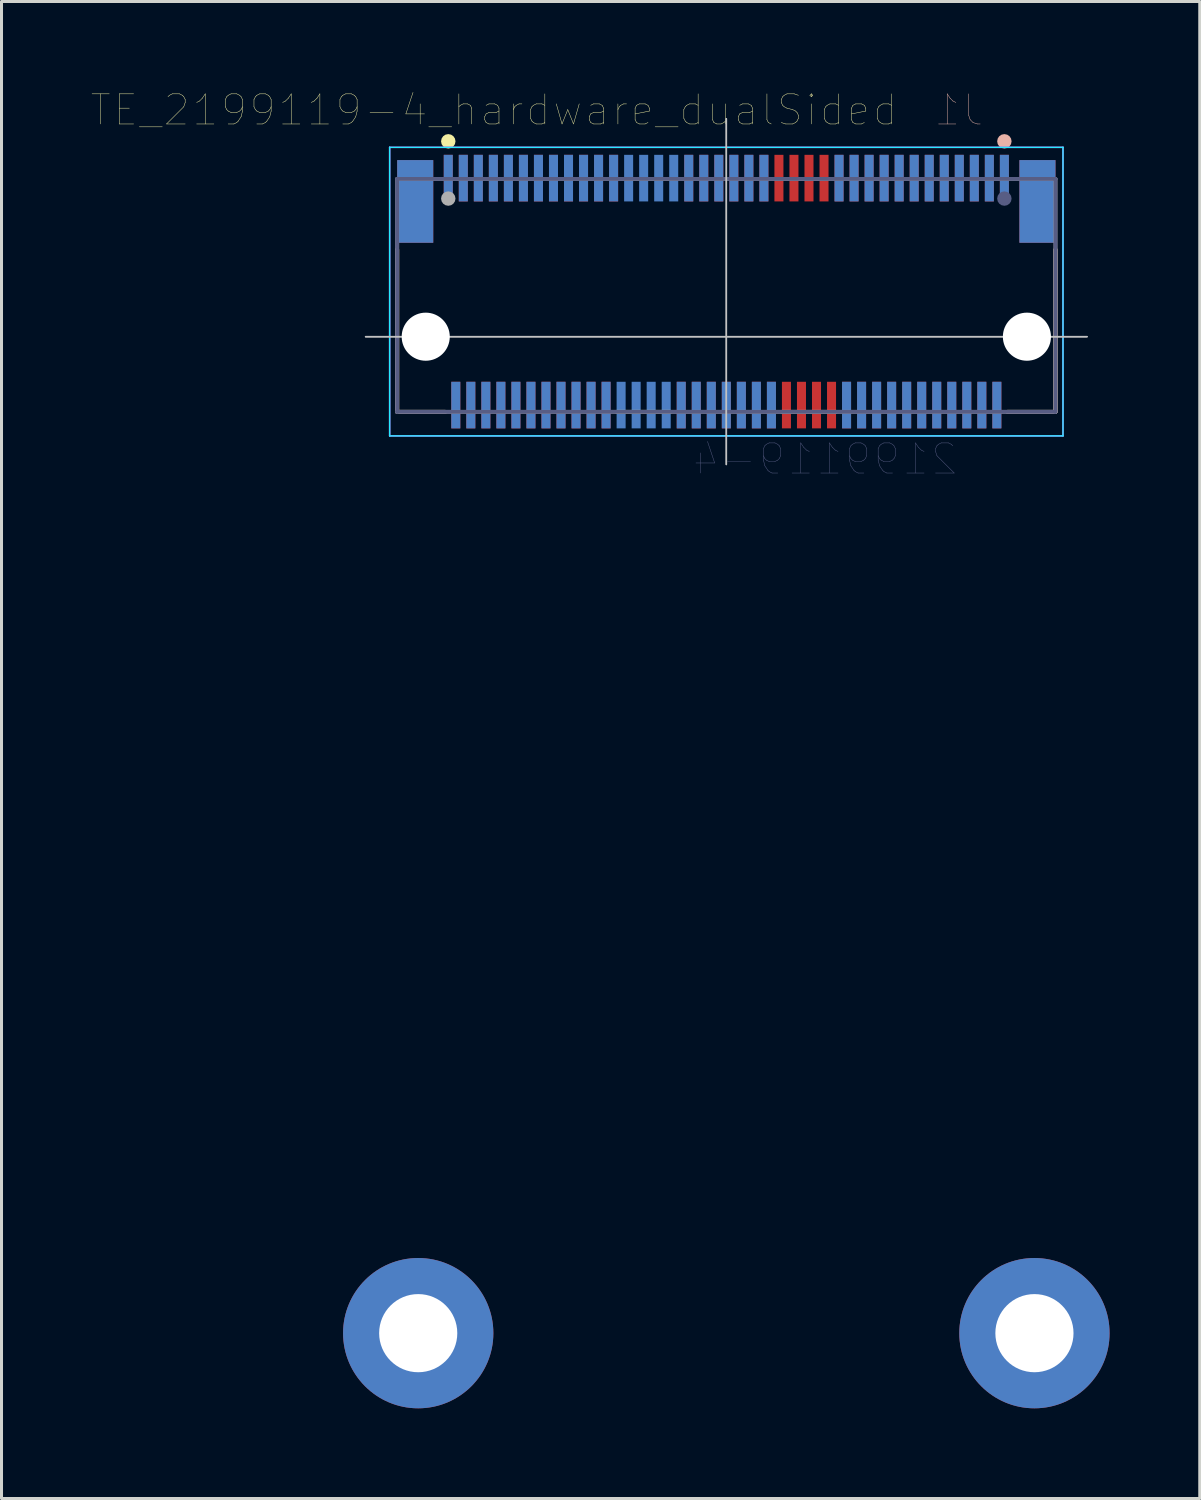
<source format=kicad_pcb>
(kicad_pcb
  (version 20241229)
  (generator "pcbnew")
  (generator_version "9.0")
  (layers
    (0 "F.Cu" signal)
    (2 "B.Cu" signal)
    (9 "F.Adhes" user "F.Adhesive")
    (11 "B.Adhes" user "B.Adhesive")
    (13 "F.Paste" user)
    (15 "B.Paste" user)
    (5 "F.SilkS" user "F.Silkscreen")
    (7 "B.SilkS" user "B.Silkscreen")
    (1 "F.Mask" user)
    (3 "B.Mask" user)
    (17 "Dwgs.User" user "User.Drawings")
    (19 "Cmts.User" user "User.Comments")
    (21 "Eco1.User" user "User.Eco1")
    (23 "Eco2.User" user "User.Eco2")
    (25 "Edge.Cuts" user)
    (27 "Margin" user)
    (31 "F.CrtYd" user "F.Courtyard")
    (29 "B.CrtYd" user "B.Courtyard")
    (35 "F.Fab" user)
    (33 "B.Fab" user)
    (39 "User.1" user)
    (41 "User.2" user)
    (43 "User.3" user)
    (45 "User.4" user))
  (footprint "TE_2199119-4_hardware_dualSided"
    (layer "F.Cu")
    (at 21.113 8.151)
    (property "Reference" "TE_2199119-4_hardware_dualSided" (at -7.73 -7.54 180) (layer "F.SilkS") (effects (font (size 1.001 1.001) (thickness 0.015))))
    (attr through_hole)
    (fp_line (start -10.95 -2.9) (end -10.95 2.5) (stroke (width 0.127) (type solid)) (layer "F.SilkS"))
    (fp_line (start -10.95 2.5) (end -9.35 2.5) (stroke (width 0.127) (type solid)) (layer "F.SilkS"))
    (fp_line (start -3.65 2.5) (end -1.85 2.5) (stroke (width 0.127) (type solid)) (layer "F.SilkS"))
    (fp_line (start -3.35 -5.25) (end -1.65 -5.25) (stroke (width 0.127) (type solid)) (layer "F.SilkS"))
    (fp_line (start 9.35 2.5) (end 10.95 2.5) (stroke (width 0.127) (type solid)) (layer "F.SilkS"))
    (fp_line (start 10.95 2.5) (end 10.95 -2.9) (stroke (width 0.127) (type solid)) (layer "F.SilkS"))
    (fp_circle (center -9.25 -6.5) (end -9.13 -6.5) (stroke (width 0.24) (type solid)) (fill no) (layer "F.SilkS"))
    (fp_line (start -10.95 2.5) (end -10.95 -2.9) (stroke (width 0.127) (type solid)) (layer "B.SilkS"))
    (fp_line (start -9.35 2.5) (end -10.95 2.5) (stroke (width 0.127) (type solid)) (layer "B.SilkS"))
    (fp_line (start 3.35 -5.25) (end 1.65 -5.25) (stroke (width 0.127) (type solid)) (layer "B.SilkS"))
    (fp_line (start 3.65 2.5) (end 1.85 2.5) (stroke (width 0.127) (type solid)) (layer "B.SilkS"))
    (fp_line (start 10.95 -2.9) (end 10.95 2.5) (stroke (width 0.127) (type solid)) (layer "B.SilkS"))
    (fp_line (start 10.95 2.5) (end 9.35 2.5) (stroke (width 0.127) (type solid)) (layer "B.SilkS"))
    (fp_circle (center 9.25 -6.5) (end 9.13 -6.5) (stroke (width 0.24) (type solid)) (fill no) (layer "B.SilkS"))
    (fp_line (start -12 0) (end 12 0) (stroke (width 0.05) (type solid)) (layer "Dwgs.User"))
    (fp_line (start 0 -7.25) (end 0 4.25) (stroke (width 0.05) (type solid)) (layer "Dwgs.User"))
    (fp_line (start 0 -7.25) (end 0 4.25) (stroke (width 0.05) (type solid)) (layer "Dwgs.User"))
    (fp_line (start 12 0) (end -12 0) (stroke (width 0.05) (type solid)) (layer "Dwgs.User"))
    (fp_line (start -11.2 -6.3) (end -11.2 3.3) (stroke (width 0.05) (type solid)) (layer "B.CrtYd"))
    (fp_line (start -11.2 3.3) (end 11.2 3.3) (stroke (width 0.05) (type solid)) (layer "B.CrtYd"))
    (fp_line (start 11.2 -6.3) (end -11.2 -6.3) (stroke (width 0.05) (type solid)) (layer "B.CrtYd"))
    (fp_line (start 11.2 3.3) (end 11.2 -6.3) (stroke (width 0.05) (type solid)) (layer "B.CrtYd"))
    (fp_line (start -11.2 -6.3) (end 11.2 -6.3) (stroke (width 0.05) (type solid)) (layer "F.CrtYd"))
    (fp_line (start -11.2 3.3) (end -11.2 -6.3) (stroke (width 0.05) (type solid)) (layer "F.CrtYd"))
    (fp_line (start 11.2 -6.3) (end 11.2 3.3) (stroke (width 0.05) (type solid)) (layer "F.CrtYd"))
    (fp_line (start 11.2 3.3) (end -11.2 3.3) (stroke (width 0.05) (type solid)) (layer "F.CrtYd"))
    (fp_line (start -10.95 -5.25) (end -10.95 2.5) (stroke (width 0.127) (type solid)) (layer "B.Fab"))
    (fp_line (start -10.95 2.5) (end 10.95 2.5) (stroke (width 0.127) (type solid)) (layer "B.Fab"))
    (fp_line (start 10.95 -5.25) (end -10.95 -5.25) (stroke (width 0.127) (type solid)) (layer "B.Fab"))
    (fp_line (start 10.95 2.5) (end 10.95 -5.25) (stroke (width 0.127) (type solid)) (layer "B.Fab"))
    (fp_circle (center 9.25 -4.595) (end 9.13 -4.595) (stroke (width 0.24) (type solid)) (fill no) (layer "B.Fab"))
    (fp_line (start -10.95 -5.25) (end 10.95 -5.25) (stroke (width 0.127) (type solid)) (layer "F.Fab"))
    (fp_line (start -10.95 2.5) (end -10.95 -5.25) (stroke (width 0.127) (type solid)) (layer "F.Fab"))
    (fp_line (start 10.95 -5.25) (end 10.95 2.5) (stroke (width 0.127) (type solid)) (layer "F.Fab"))
    (fp_line (start 10.95 2.5) (end -10.95 2.5) (stroke (width 0.127) (type solid)) (layer "F.Fab"))
    (fp_circle (center -9.25 -4.595) (end -9.13 -4.595) (stroke (width 0.24) (type solid)) (fill no) (layer "F.Fab"))
    (fp_text user "J1" (at 7.73 -7.54 0) (layer "B.SilkS") (effects (font (size 1.001 1.001) (thickness 0.015)) (justify mirror)))
    (fp_text user "2199119-4" (at 3.286 4.072 0) (layer "B.Fab") (effects (font (size 1.002 1.002) (thickness 0.015)) (justify mirror)))
    (pad "" np_thru_hole circle (at -10.25 33.15) (size 5 5) (drill 2.6) (layers "*.Cu" "*.Mask"))
    (pad "" np_thru_hole circle (at -10 0) (size 1.1 1.1) (drill 1.1) (layers "*.Cu" "*.Mask"))
    (pad "" np_thru_hole circle (at -10 0 180) (size 1.6 1.6) (drill 1.6) (layers "*.Cu" "*.Mask"))
    (pad "" np_thru_hole circle (at 10 0 180) (size 1.1 1.1) (drill 1.1) (layers "*.Cu" "*.Mask"))
    (pad "" np_thru_hole circle (at 10 0) (size 1.6 1.6) (drill 1.6) (layers "*.Cu" "*.Mask"))
    (pad "" np_thru_hole circle (at 10.25 33.15) (size 5 5) (drill 2.6) (layers "*.Cu" "*.Mask"))
    (pad "1" smd rect (at -9.25 -5.275) (size 0.3 1.55) (layers "F.Cu" "F.Mask" "F.Paste"))
    (pad "1" smd rect (at 9.25 -5.275 180) (size 0.3 1.55) (layers "B.Cu" "B.Mask" "B.Paste"))
    (pad "2" smd rect (at -9 2.275) (size 0.3 1.55) (layers "F.Cu" "F.Mask" "F.Paste"))
    (pad "2" smd rect (at 9 2.275 180) (size 0.3 1.55) (layers "B.Cu" "B.Mask" "B.Paste"))
    (pad "3" smd rect (at -8.75 -5.275) (size 0.3 1.55) (layers "F.Cu" "F.Mask" "F.Paste"))
    (pad "3" smd rect (at 8.75 -5.275 180) (size 0.3 1.55) (layers "B.Cu" "B.Mask" "B.Paste"))
    (pad "4" smd rect (at -8.5 2.275) (size 0.3 1.55) (layers "F.Cu" "F.Mask" "F.Paste"))
    (pad "4" smd rect (at 8.5 2.275 180) (size 0.3 1.55) (layers "B.Cu" "B.Mask" "B.Paste"))
    (pad "5" smd rect (at -8.25 -5.275) (size 0.3 1.55) (layers "F.Cu" "F.Mask" "F.Paste"))
    (pad "5" smd rect (at 8.25 -5.275 180) (size 0.3 1.55) (layers "B.Cu" "B.Mask" "B.Paste"))
    (pad "6" smd rect (at -8 2.275) (size 0.3 1.55) (layers "F.Cu" "F.Mask" "F.Paste"))
    (pad "6" smd rect (at 8 2.275 180) (size 0.3 1.55) (layers "B.Cu" "B.Mask" "B.Paste"))
    (pad "7" smd rect (at -7.75 -5.275) (size 0.3 1.55) (layers "F.Cu" "F.Mask" "F.Paste"))
    (pad "7" smd rect (at 7.75 -5.275 180) (size 0.3 1.55) (layers "B.Cu" "B.Mask" "B.Paste"))
    (pad "8" smd rect (at -7.5 2.275) (size 0.3 1.55) (layers "F.Cu" "F.Mask" "F.Paste"))
    (pad "8" smd rect (at 7.5 2.275 180) (size 0.3 1.55) (layers "B.Cu" "B.Mask" "B.Paste"))
    (pad "9" smd rect (at -7.25 -5.275) (size 0.3 1.55) (layers "F.Cu" "F.Mask" "F.Paste"))
    (pad "9" smd rect (at 7.25 -5.275 180) (size 0.3 1.55) (layers "B.Cu" "B.Mask" "B.Paste"))
    (pad "10" smd rect (at -7 2.275) (size 0.3 1.55) (layers "F.Cu" "F.Mask" "F.Paste"))
    (pad "10" smd rect (at 7 2.275 180) (size 0.3 1.55) (layers "B.Cu" "B.Mask" "B.Paste"))
    (pad "11" smd rect (at -6.75 -5.275) (size 0.3 1.55) (layers "F.Cu" "F.Mask" "F.Paste"))
    (pad "11" smd rect (at 6.75 -5.275 180) (size 0.3 1.55) (layers "B.Cu" "B.Mask" "B.Paste"))
    (pad "12" smd rect (at -6.5 2.275) (size 0.3 1.55) (layers "F.Cu" "F.Mask" "F.Paste"))
    (pad "12" smd rect (at 6.5 2.275 180) (size 0.3 1.55) (layers "B.Cu" "B.Mask" "B.Paste"))
    (pad "13" smd rect (at -6.25 -5.275) (size 0.3 1.55) (layers "F.Cu" "F.Mask" "F.Paste"))
    (pad "13" smd rect (at 6.25 -5.275 180) (size 0.3 1.55) (layers "B.Cu" "B.Mask" "B.Paste"))
    (pad "14" smd rect (at -6 2.275) (size 0.3 1.55) (layers "F.Cu" "F.Mask" "F.Paste"))
    (pad "14" smd rect (at 6 2.275 180) (size 0.3 1.55) (layers "B.Cu" "B.Mask" "B.Paste"))
    (pad "15" smd rect (at -5.75 -5.275) (size 0.3 1.55) (layers "F.Cu" "F.Mask" "F.Paste"))
    (pad "15" smd rect (at 5.75 -5.275 180) (size 0.3 1.55) (layers "B.Cu" "B.Mask" "B.Paste"))
    (pad "16" smd rect (at -5.5 2.275) (size 0.3 1.55) (layers "F.Cu" "F.Mask" "F.Paste"))
    (pad "16" smd rect (at 5.5 2.275 180) (size 0.3 1.55) (layers "B.Cu" "B.Mask" "B.Paste"))
    (pad "17" smd rect (at -5.25 -5.275) (size 0.3 1.55) (layers "F.Cu" "F.Mask" "F.Paste"))
    (pad "17" smd rect (at 5.25 -5.275 180) (size 0.3 1.55) (layers "B.Cu" "B.Mask" "B.Paste"))
    (pad "18" smd rect (at -5 2.275) (size 0.3 1.55) (layers "F.Cu" "F.Mask" "F.Paste"))
    (pad "18" smd rect (at 5 2.275 180) (size 0.3 1.55) (layers "B.Cu" "B.Mask" "B.Paste"))
    (pad "19" smd rect (at -4.75 -5.275) (size 0.3 1.55) (layers "F.Cu" "F.Mask" "F.Paste"))
    (pad "19" smd rect (at 4.75 -5.275 180) (size 0.3 1.55) (layers "B.Cu" "B.Mask" "B.Paste"))
    (pad "20" smd rect (at -4.5 2.275) (size 0.3 1.55) (layers "F.Cu" "F.Mask" "F.Paste"))
    (pad "20" smd rect (at 4.5 2.275 180) (size 0.3 1.55) (layers "B.Cu" "B.Mask" "B.Paste"))
    (pad "21" smd rect (at -4.25 -5.275) (size 0.3 1.55) (layers "F.Cu" "F.Mask" "F.Paste"))
    (pad "21" smd rect (at 4.25 -5.275 180) (size 0.3 1.55) (layers "B.Cu" "B.Mask" "B.Paste"))
    (pad "22" smd rect (at -4 2.275) (size 0.3 1.55) (layers "F.Cu" "F.Mask" "F.Paste"))
    (pad "22" smd rect (at 4 2.275 180) (size 0.3 1.55) (layers "B.Cu" "B.Mask" "B.Paste"))
    (pad "23" smd rect (at -3.75 -5.275) (size 0.3 1.55) (layers "F.Cu" "F.Mask" "F.Paste"))
    (pad "23" smd rect (at 3.75 -5.275 180) (size 0.3 1.55) (layers "B.Cu" "B.Mask" "B.Paste"))
    (pad "32" smd rect (at -1.5 2.275) (size 0.3 1.55) (layers "F.Cu" "F.Mask" "F.Paste"))
    (pad "32" smd rect (at 1.5 2.275 180) (size 0.3 1.55) (layers "B.Cu" "B.Mask" "B.Paste"))
    (pad "33" smd rect (at -1.25 -5.275) (size 0.3 1.55) (layers "F.Cu" "F.Mask" "F.Paste"))
    (pad "33" smd rect (at 1.25 -5.275 180) (size 0.3 1.55) (layers "B.Cu" "B.Mask" "B.Paste"))
    (pad "34" smd rect (at -1 2.275) (size 0.3 1.55) (layers "F.Cu" "F.Mask" "F.Paste"))
    (pad "34" smd rect (at 1 2.275 180) (size 0.3 1.55) (layers "B.Cu" "B.Mask" "B.Paste"))
    (pad "35" smd rect (at -0.75 -5.275) (size 0.3 1.55) (layers "F.Cu" "F.Mask" "F.Paste"))
    (pad "35" smd rect (at 0.75 -5.275 180) (size 0.3 1.55) (layers "B.Cu" "B.Mask" "B.Paste"))
    (pad "36" smd rect (at -0.5 2.275) (size 0.3 1.55) (layers "F.Cu" "F.Mask" "F.Paste"))
    (pad "36" smd rect (at 0.5 2.275 180) (size 0.3 1.55) (layers "B.Cu" "B.Mask" "B.Paste"))
    (pad "37" smd rect (at -0.25 -5.275) (size 0.3 1.55) (layers "F.Cu" "F.Mask" "F.Paste"))
    (pad "37" smd rect (at 0.25 -5.275 180) (size 0.3 1.55) (layers "B.Cu" "B.Mask" "B.Paste"))
    (pad "38" smd rect (at 0 2.275) (size 0.3 1.55) (layers "F.Cu" "F.Mask" "F.Paste"))
    (pad "38" smd rect (at 0 2.275 180) (size 0.3 1.55) (layers "B.Cu" "B.Mask" "B.Paste"))
    (pad "39" smd rect (at -0.25 -5.275 180) (size 0.3 1.55) (layers "B.Cu" "B.Mask" "B.Paste"))
    (pad "39" smd rect (at 0.25 -5.275) (size 0.3 1.55) (layers "F.Cu" "F.Mask" "F.Paste"))
    (pad "40" smd rect (at -0.5 2.275 180) (size 0.3 1.55) (layers "B.Cu" "B.Mask" "B.Paste"))
    (pad "40" smd rect (at 0.5 2.275) (size 0.3 1.55) (layers "F.Cu" "F.Mask" "F.Paste"))
    (pad "41" smd rect (at -0.75 -5.275 180) (size 0.3 1.55) (layers "B.Cu" "B.Mask" "B.Paste"))
    (pad "41" smd rect (at 0.75 -5.275) (size 0.3 1.55) (layers "F.Cu" "F.Mask" "F.Paste"))
    (pad "42" smd rect (at -1 2.275 180) (size 0.3 1.55) (layers "B.Cu" "B.Mask" "B.Paste"))
    (pad "42" smd rect (at 1 2.275) (size 0.3 1.55) (layers "F.Cu" "F.Mask" "F.Paste"))
    (pad "43" smd rect (at -1.25 -5.275 180) (size 0.3 1.55) (layers "B.Cu" "B.Mask" "B.Paste"))
    (pad "43" smd rect (at 1.25 -5.275) (size 0.3 1.55) (layers "F.Cu" "F.Mask" "F.Paste"))
    (pad "44" smd rect (at -1.5 2.275 180) (size 0.3 1.55) (layers "B.Cu" "B.Mask" "B.Paste"))
    (pad "44" smd rect (at 1.5 2.275) (size 0.3 1.55) (layers "F.Cu" "F.Mask" "F.Paste"))
    (pad "45" smd rect (at -1.75 -5.275 180) (size 0.3 1.55) (layers "B.Cu" "B.Mask" "B.Paste"))
    (pad "45" smd rect (at 1.75 -5.275) (size 0.3 1.55) (layers "F.Cu" "F.Mask" "F.Paste"))
    (pad "46" smd rect (at -2 2.275 180) (size 0.3 1.55) (layers "B.Cu" "B.Mask" "B.Paste"))
    (pad "46" smd rect (at 2 2.275) (size 0.3 1.55) (layers "F.Cu" "F.Mask" "F.Paste"))
    (pad "47" smd rect (at -2.25 -5.275 180) (size 0.3 1.55) (layers "B.Cu" "B.Mask" "B.Paste"))
    (pad "47" smd rect (at 2.25 -5.275) (size 0.3 1.55) (layers "F.Cu" "F.Mask" "F.Paste"))
    (pad "48" smd rect (at -2.5 2.275 180) (size 0.3 1.55) (layers "B.Cu" "B.Mask" "B.Paste"))
    (pad "48" smd rect (at 2.5 2.275) (size 0.3 1.55) (layers "F.Cu" "F.Mask" "F.Paste"))
    (pad "49" smd rect (at -2.75 -5.275 180) (size 0.3 1.55) (layers "B.Cu" "B.Mask" "B.Paste"))
    (pad "49" smd rect (at 2.75 -5.275) (size 0.3 1.55) (layers "F.Cu" "F.Mask" "F.Paste"))
    (pad "50" smd rect (at -3 2.275 180) (size 0.3 1.55) (layers "B.Cu" "B.Mask" "B.Paste"))
    (pad "50" smd rect (at 3 2.275) (size 0.3 1.55) (layers "F.Cu" "F.Mask" "F.Paste"))
    (pad "51" smd rect (at -3.25 -5.275 180) (size 0.3 1.55) (layers "B.Cu" "B.Mask" "B.Paste"))
    (pad "51" smd rect (at 3.25 -5.275) (size 0.3 1.55) (layers "F.Cu" "F.Mask" "F.Paste"))
    (pad "52" smd rect (at -3.5 2.275 180) (size 0.3 1.55) (layers "B.Cu" "B.Mask" "B.Paste"))
    (pad "52" smd rect (at 3.5 2.275) (size 0.3 1.55) (layers "F.Cu" "F.Mask" "F.Paste"))
    (pad "53" smd rect (at -3.75 -5.275 180) (size 0.3 1.55) (layers "B.Cu" "B.Mask" "B.Paste"))
    (pad "53" smd rect (at 3.75 -5.275) (size 0.3 1.55) (layers "F.Cu" "F.Mask" "F.Paste"))
    (pad "54" smd rect (at -4 2.275 180) (size 0.3 1.55) (layers "B.Cu" "B.Mask" "B.Paste"))
    (pad "54" smd rect (at 4 2.275) (size 0.3 1.55) (layers "F.Cu" "F.Mask" "F.Paste"))
    (pad "55" smd rect (at -4.25 -5.275 180) (size 0.3 1.55) (layers "B.Cu" "B.Mask" "B.Paste"))
    (pad "55" smd rect (at 4.25 -5.275) (size 0.3 1.55) (layers "F.Cu" "F.Mask" "F.Paste"))
    (pad "56" smd rect (at -4.5 2.275 180) (size 0.3 1.55) (layers "B.Cu" "B.Mask" "B.Paste"))
    (pad "56" smd rect (at 4.5 2.275) (size 0.3 1.55) (layers "F.Cu" "F.Mask" "F.Paste"))
    (pad "57" smd rect (at -4.75 -5.275 180) (size 0.3 1.55) (layers "B.Cu" "B.Mask" "B.Paste"))
    (pad "57" smd rect (at 4.75 -5.275) (size 0.3 1.55) (layers "F.Cu" "F.Mask" "F.Paste"))
    (pad "58" smd rect (at -5 2.275 180) (size 0.3 1.55) (layers "B.Cu" "B.Mask" "B.Paste"))
    (pad "58" smd rect (at 5 2.275) (size 0.3 1.55) (layers "F.Cu" "F.Mask" "F.Paste"))
    (pad "59" smd rect (at -5.25 -5.275 180) (size 0.3 1.55) (layers "B.Cu" "B.Mask" "B.Paste"))
    (pad "59" smd rect (at 5.25 -5.275) (size 0.3 1.55) (layers "F.Cu" "F.Mask" "F.Paste"))
    (pad "60" smd rect (at -5.5 2.275 180) (size 0.3 1.55) (layers "B.Cu" "B.Mask" "B.Paste"))
    (pad "60" smd rect (at 5.5 2.275) (size 0.3 1.55) (layers "F.Cu" "F.Mask" "F.Paste"))
    (pad "61" smd rect (at -5.75 -5.275 180) (size 0.3 1.55) (layers "B.Cu" "B.Mask" "B.Paste"))
    (pad "61" smd rect (at 5.75 -5.275) (size 0.3 1.55) (layers "F.Cu" "F.Mask" "F.Paste"))
    (pad "62" smd rect (at -6 2.275 180) (size 0.3 1.55) (layers "B.Cu" "B.Mask" "B.Paste"))
    (pad "62" smd rect (at 6 2.275) (size 0.3 1.55) (layers "F.Cu" "F.Mask" "F.Paste"))
    (pad "63" smd rect (at -6.25 -5.275 180) (size 0.3 1.55) (layers "B.Cu" "B.Mask" "B.Paste"))
    (pad "63" smd rect (at 6.25 -5.275) (size 0.3 1.55) (layers "F.Cu" "F.Mask" "F.Paste"))
    (pad "64" smd rect (at -6.5 2.275 180) (size 0.3 1.55) (layers "B.Cu" "B.Mask" "B.Paste"))
    (pad "64" smd rect (at 6.5 2.275) (size 0.3 1.55) (layers "F.Cu" "F.Mask" "F.Paste"))
    (pad "65" smd rect (at -6.75 -5.275 180) (size 0.3 1.55) (layers "B.Cu" "B.Mask" "B.Paste"))
    (pad "65" smd rect (at 6.75 -5.275) (size 0.3 1.55) (layers "F.Cu" "F.Mask" "F.Paste"))
    (pad "66" smd rect (at -7 2.275 180) (size 0.3 1.55) (layers "B.Cu" "B.Mask" "B.Paste"))
    (pad "66" smd rect (at 7 2.275) (size 0.3 1.55) (layers "F.Cu" "F.Mask" "F.Paste"))
    (pad "67" smd rect (at -7.25 -5.275 180) (size 0.3 1.55) (layers "B.Cu" "B.Mask" "B.Paste"))
    (pad "67" smd rect (at 7.25 -5.275) (size 0.3 1.55) (layers "F.Cu" "F.Mask" "F.Paste"))
    (pad "68" smd rect (at -7.5 2.275 180) (size 0.3 1.55) (layers "B.Cu" "B.Mask" "B.Paste"))
    (pad "68" smd rect (at 7.5 2.275) (size 0.3 1.55) (layers "F.Cu" "F.Mask" "F.Paste"))
    (pad "69" smd rect (at -7.75 -5.275 180) (size 0.3 1.55) (layers "B.Cu" "B.Mask" "B.Paste"))
    (pad "69" smd rect (at 7.75 -5.275) (size 0.3 1.55) (layers "F.Cu" "F.Mask" "F.Paste"))
    (pad "70" smd rect (at -8 2.275 180) (size 0.3 1.55) (layers "B.Cu" "B.Mask" "B.Paste"))
    (pad "70" smd rect (at 8 2.275) (size 0.3 1.55) (layers "F.Cu" "F.Mask" "F.Paste"))
    (pad "71" smd rect (at -8.25 -5.275 180) (size 0.3 1.55) (layers "B.Cu" "B.Mask" "B.Paste"))
    (pad "71" smd rect (at 8.25 -5.275) (size 0.3 1.55) (layers "F.Cu" "F.Mask" "F.Paste"))
    (pad "72" smd rect (at -8.5 2.275 180) (size 0.3 1.55) (layers "B.Cu" "B.Mask" "B.Paste"))
    (pad "72" smd rect (at 8.5 2.275) (size 0.3 1.55) (layers "F.Cu" "F.Mask" "F.Paste"))
    (pad "73" smd rect (at -8.75 -5.275 180) (size 0.3 1.55) (layers "B.Cu" "B.Mask" "B.Paste"))
    (pad "73" smd rect (at 8.75 -5.275) (size 0.3 1.55) (layers "F.Cu" "F.Mask" "F.Paste"))
    (pad "74" smd rect (at -9 2.275 180) (size 0.3 1.55) (layers "B.Cu" "B.Mask" "B.Paste"))
    (pad "74" smd rect (at 9 2.275) (size 0.3 1.55) (layers "F.Cu" "F.Mask" "F.Paste"))
    (pad "75" smd rect (at -9.25 -5.275 180) (size 0.3 1.55) (layers "B.Cu" "B.Mask" "B.Paste"))
    (pad "75" smd rect (at 9.25 -5.275) (size 0.3 1.55) (layers "F.Cu" "F.Mask" "F.Paste"))
    (pad "SH1" smd rect (at -10.35 -4.5) (size 1.2 2.75) (layers "F.Cu" "F.Mask" "F.Paste"))
    (pad "SH1" smd rect (at 10.35 -4.5 180) (size 1.2 2.75) (layers "B.Cu" "B.Mask" "B.Paste"))
    (pad "SH2" smd rect (at -10.35 -4.5 180) (size 1.2 2.75) (layers "B.Cu" "B.Mask" "B.Paste"))
    (pad "SH2" smd rect (at 10.35 -4.5) (size 1.2 2.75) (layers "F.Cu" "F.Mask" "F.Paste")))
  (gr_rect
    (start -3 -3)
    (end 36.863 46.801)
    (stroke (width 0.1) (type default))
    (fill no)
    (layer "Edge.Cuts")))
</source>
